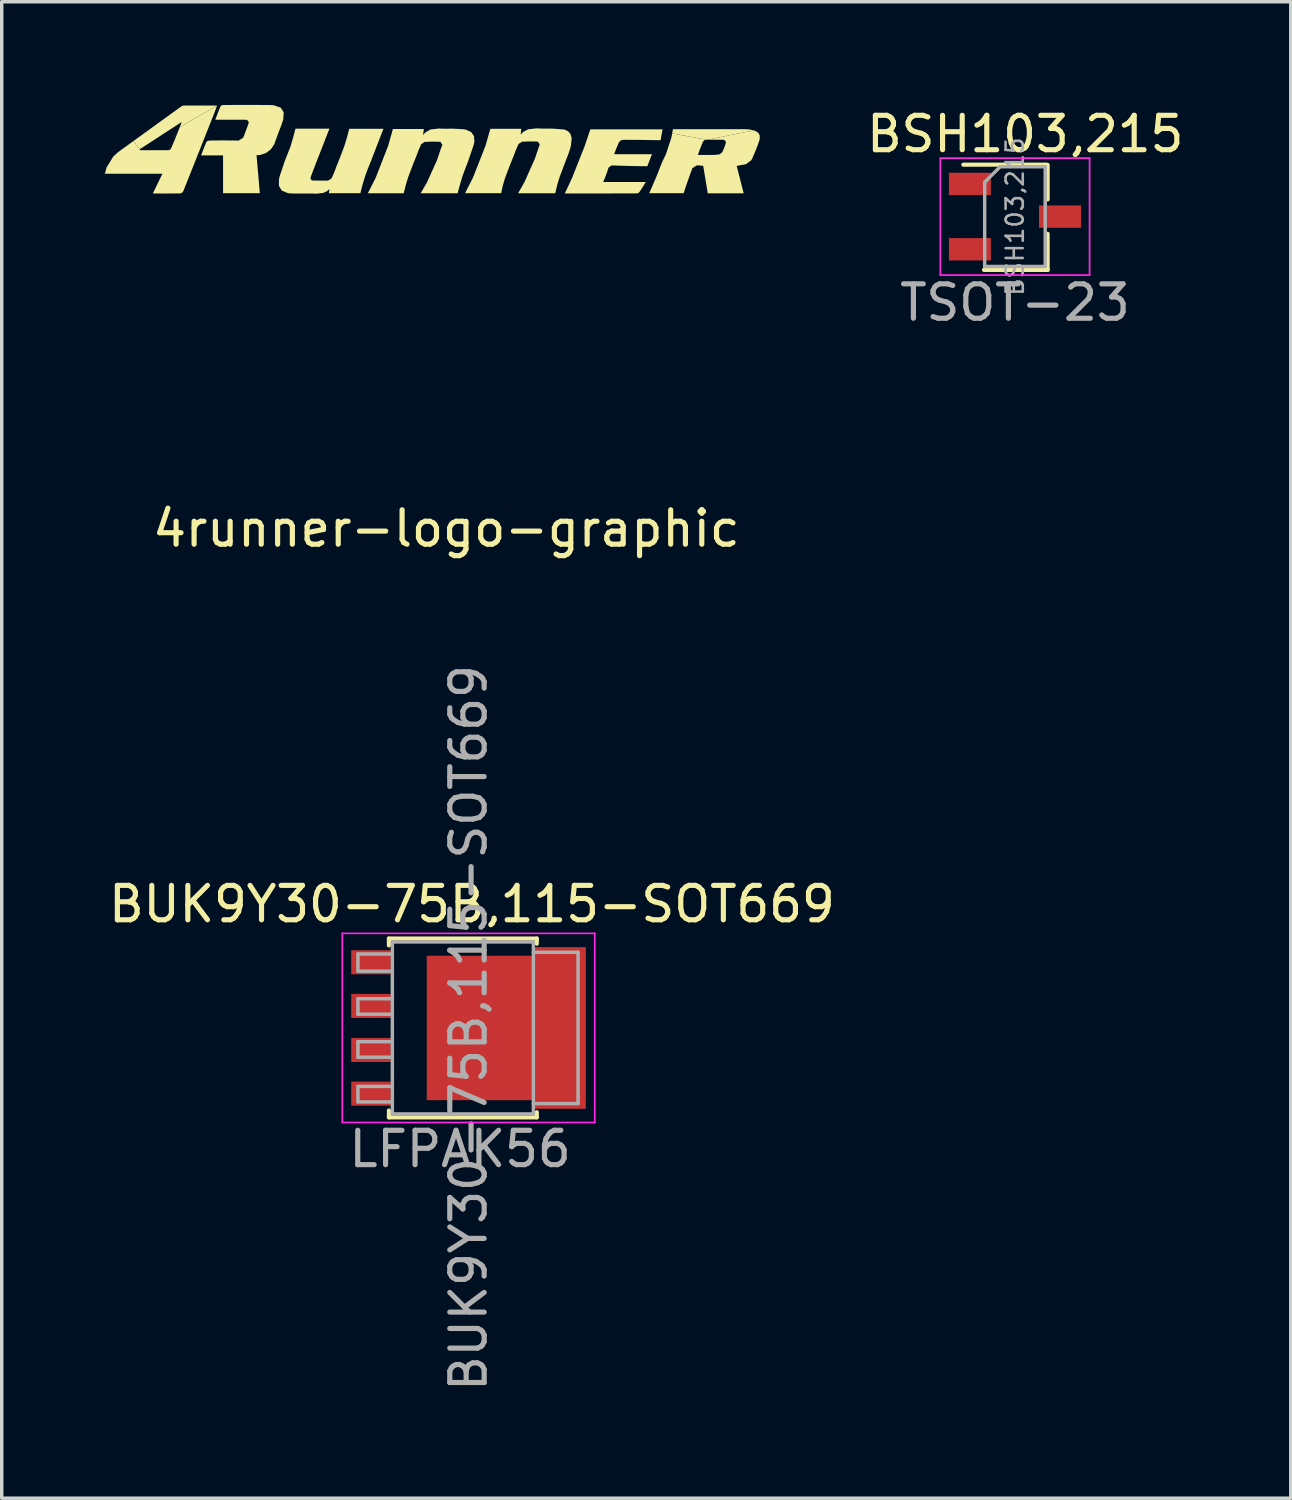
<source format=kicad_pcb>
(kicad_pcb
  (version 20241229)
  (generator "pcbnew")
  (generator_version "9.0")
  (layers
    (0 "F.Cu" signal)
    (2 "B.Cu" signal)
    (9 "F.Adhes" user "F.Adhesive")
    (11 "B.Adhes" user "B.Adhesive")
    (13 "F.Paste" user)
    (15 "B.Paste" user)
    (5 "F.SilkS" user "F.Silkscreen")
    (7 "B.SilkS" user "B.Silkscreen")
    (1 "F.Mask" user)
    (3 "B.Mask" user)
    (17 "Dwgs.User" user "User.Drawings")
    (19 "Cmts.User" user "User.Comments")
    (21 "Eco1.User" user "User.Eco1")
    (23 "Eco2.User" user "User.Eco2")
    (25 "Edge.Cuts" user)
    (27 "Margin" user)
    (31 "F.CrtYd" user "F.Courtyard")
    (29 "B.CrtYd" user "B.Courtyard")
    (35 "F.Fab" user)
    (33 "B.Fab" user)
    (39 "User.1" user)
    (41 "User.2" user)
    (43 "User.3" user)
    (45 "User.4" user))
  (footprint "BUK9Y30-75B,115-SOT669"
    (layer "F.Cu")
    (at 10.673 26.839)
    (property "Reference" "BUK9Y30-75B,115-SOT669" (at 0 -3.6 0) (layer "F.SilkS") (effects (font (size 1 1) (thickness 0.15))))
    (attr through_hole)
    (fp_line (start -2.415 -2.6) (end -2.415 -2.4) (stroke (width 0.12) (type solid)) (layer "F.SilkS"))
    (fp_line (start -2.415 2.4) (end -2.415 2.6) (stroke (width 0.12) (type solid)) (layer "F.SilkS"))
    (fp_line (start -2.415 2.6) (end 1.885 2.6) (stroke (width 0.12) (type solid)) (layer "F.SilkS"))
    (fp_line (start 1.885 -2.6) (end -2.415 -2.6) (stroke (width 0.12) (type solid)) (layer "F.SilkS"))
    (fp_line (start 1.885 -2.45) (end 1.885 -2.6) (stroke (width 0.12) (type solid)) (layer "F.SilkS"))
    (fp_line (start 1.885 2.6) (end 1.885 2.45) (stroke (width 0.12) (type solid)) (layer "F.SilkS"))
    (fp_line (start -3.77 2.75) (end -3.77 -2.75) (stroke (width 0.05) (type solid)) (layer "F.CrtYd"))
    (fp_line (start -3.77 2.75) (end 3.57 2.75) (stroke (width 0.05) (type solid)) (layer "F.CrtYd"))
    (fp_line (start 3.57 -2.75) (end -3.77 -2.75) (stroke (width 0.05) (type solid)) (layer "F.CrtYd"))
    (fp_line (start 3.57 -2.75) (end 3.57 2.75) (stroke (width 0.05) (type solid)) (layer "F.CrtYd"))
    (fp_line (start -3.315 -2.15) (end -3.315 -1.65) (stroke (width 0.1) (type solid)) (layer "F.Fab"))
    (fp_line (start -3.315 -2.15) (end -2.315 -2.15) (stroke (width 0.1) (type solid)) (layer "F.Fab"))
    (fp_line (start -3.315 -1.65) (end -2.315 -1.65) (stroke (width 0.1) (type solid)) (layer "F.Fab"))
    (fp_line (start -3.315 -0.85) (end -3.315 -0.4) (stroke (width 0.1) (type solid)) (layer "F.Fab"))
    (fp_line (start -3.315 -0.4) (end -2.315 -0.4) (stroke (width 0.1) (type solid)) (layer "F.Fab"))
    (fp_line (start -3.315 0.4) (end -3.315 0.85) (stroke (width 0.1) (type solid)) (layer "F.Fab"))
    (fp_line (start -3.315 0.85) (end -2.315 0.85) (stroke (width 0.1) (type solid)) (layer "F.Fab"))
    (fp_line (start -3.315 1.7) (end -3.315 2.15) (stroke (width 0.1) (type solid)) (layer "F.Fab"))
    (fp_line (start -3.315 2.15) (end -2.315 2.15) (stroke (width 0.1) (type solid)) (layer "F.Fab"))
    (fp_line (start -2.315 -2.5) (end -2.315 2.5) (stroke (width 0.1) (type solid)) (layer "F.Fab"))
    (fp_line (start -2.315 -0.85) (end -3.315 -0.85) (stroke (width 0.1) (type solid)) (layer "F.Fab"))
    (fp_line (start -2.315 0.4) (end -3.315 0.4) (stroke (width 0.1) (type solid)) (layer "F.Fab"))
    (fp_line (start -2.315 1.7) (end -3.315 1.7) (stroke (width 0.1) (type solid)) (layer "F.Fab"))
    (fp_line (start -2.315 2.5) (end 1.785 2.5) (stroke (width 0.1) (type solid)) (layer "F.Fab"))
    (fp_line (start 1.785 -2.5) (end -2.315 -2.5) (stroke (width 0.1) (type solid)) (layer "F.Fab"))
    (fp_line (start 1.785 2.5) (end 1.785 -2.5) (stroke (width 0.1) (type solid)) (layer "F.Fab"))
    (fp_line (start 3.085 -2.2) (end 1.785 -2.2) (stroke (width 0.1) (type solid)) (layer "F.Fab"))
    (fp_line (start 3.085 -2.2) (end 3.085 2.2) (stroke (width 0.1) (type solid)) (layer "F.Fab"))
    (fp_line (start 3.085 2.2) (end 1.785 2.2) (stroke (width 0.1) (type solid)) (layer "F.Fab"))
    (fp_text user "LFPAK56" (at -0.345 3.52 0) (layer "F.Fab") (effects (font (size 1 1) (thickness 0.15))))
    (fp_text user "${REFERENCE}" (at -0.1 0 90) (layer "F.Fab") (effects (font (size 1 1) (thickness 0.15))))
    (pad "" smd rect (at -0.765 -1.15) (size 0.6 0.9) (layers "F.Paste"))
    (pad "" smd rect (at -0.765 0) (size 0.6 0.9) (layers "F.Paste"))
    (pad "" smd rect (at -0.765 1.15) (size 0.6 0.9) (layers "F.Paste"))
    (pad "" smd rect (at 0.085 -1.15) (size 0.6 0.9) (layers "F.Paste"))
    (pad "" smd rect (at 0.085 0) (size 0.6 0.9) (layers "F.Paste"))
    (pad "" smd rect (at 0.085 1.15) (size 0.6 0.9) (layers "F.Paste"))
    (pad "" smd rect (at 0.935 -1.15) (size 0.6 0.9) (layers "F.Paste"))
    (pad "" smd rect (at 0.935 0) (size 0.6 0.9) (layers "F.Paste"))
    (pad "" smd rect (at 0.935 1.15) (size 0.6 0.9) (layers "F.Paste"))
    (pad "" smd rect (at 2.785 -1.88 270) (size 0.6 0.9) (layers "F.Paste"))
    (pad "" smd rect (at 2.785 -0.6 270) (size 0.6 0.9) (layers "F.Paste"))
    (pad "" smd rect (at 2.785 0.6 270) (size 0.6 0.9) (layers "F.Paste"))
    (pad "" smd rect (at 2.785 1.88 270) (size 0.6 0.9) (layers "F.Paste"))
    (pad "1" smd rect (at -2.935 1.91 270) (size 0.7 1.15) (layers "F.Cu" "F.Mask" "F.Paste"))
    (pad "2" smd rect (at -2.935 -1.91 270) (size 0.7 1.15) (layers "F.Cu" "F.Mask" "F.Paste"))
    (pad "2" smd rect (at -2.935 -0.64 270) (size 0.7 1.15) (layers "F.Cu" "F.Mask" "F.Paste"))
    (pad "2" smd rect (at -2.935 0.64 270) (size 0.7 1.15) (layers "F.Cu" "F.Mask" "F.Paste"))
    (pad "3" smd custom (at 0.335 0) (size 3.3 4.2) (layers "F.Cu" "F.Mask") (options (anchor rect)) (primitives (gr_poly (pts (xy 1.425 -2.35) (xy 2.975 -2.35) (xy 2.975 2.35) (xy 1.425 2.35)) (width 0) (fill yes)))))
  (footprint "4runner-logo-graphic"
    (layer "F.Cu")
    (at 9.927 2.318)
    (property "Reference" "4runner-logo-graphic" (at 0 10 0) (layer "F.SilkS") (effects (font (size 1 1) (thickness 0.15))))
    (attr through_hole)
    (fp_poly (pts (xy -7.75 -1.671) (xy -7.693 -1.822) (xy -8.913 -1.03) (xy -9.101 -1.265) (xy -7.731 -2.256) (xy -7.685 -2.287) (xy -7.631 -2.299) (xy -6.667 -2.299)) (stroke (width 0) (type solid)) (fill yes) (layer "F.SilkS"))
    (fp_poly (pts (xy 8.787 -1.607) (xy 8.905 -1.586) (xy 8.939 -1.577) (xy 7.591 -1.306) (xy 7.558 -1.306) (xy 6.567 -1.489) (xy 6.59 -1.612) (xy 8.668 -1.612)) (stroke (width 0) (type solid)) (fill yes) (layer "F.SilkS"))
    (fp_poly (pts (xy -6.713 -2.169) (xy -6.756 -2.055) (xy -7.198 -0.939) (xy -7.641 0.175) (xy -7.677 0.232) (xy -7.728 0.255) (xy -8.136 0.259) (xy -8.532 0.257) (xy -8.255 -0.317) (xy -9.927 -0.317) (xy -9.878 -0.498) (xy -9.685 -0.815) (xy -9.547 -0.942) (xy -9.101 -1.265) (xy -8.913 -1.03) (xy -8.906 -1.001) (xy -8.068 -1.001) (xy -8.023 -1.025) (xy -7.991 -1.081) (xy -7.893 -1.312) (xy -7.799 -1.546) (xy -7.751 -1.669) (xy -7.75 -1.671) (xy -6.667 -2.299)) (stroke (width 0) (type solid)) (fill yes) (layer "F.SilkS"))
    (fp_poly (pts (xy 6.231 -1.291) (xy 5.672 -1.3) (xy 5.131 -1.303) (xy 5.062 -1.281) (xy 5.017 -1.224) (xy 4.945 -1.058) (xy 4.88 -0.884) (xy 5.98 -0.884) (xy 5.844 -0.534) (xy 5.352 -0.541) (xy 4.877 -0.556) (xy 4.815 -0.559) (xy 4.76 -0.531) (xy 4.715 -0.489) (xy 4.697 -0.43) (xy 4.635 -0.254) (xy 4.562 -0.076) (xy 5.801 -0.076) (xy 5.712 0.068) (xy 5.616 0.214) (xy 5.581 0.246) (xy 5.535 0.255) (xy 4.486 0.257) (xy 3.446 0.257) (xy 3.658 -0.198) (xy 4.028 -1.131) (xy 4.187 -1.607) (xy 6.287 -1.607)) (stroke (width 0) (type solid)) (fill yes) (layer "F.SilkS"))
    (fp_poly (pts (xy -5.171 -2.315) (xy -5.019 -2.308) (xy -4.817 -2.24) (xy -4.728 -2.104) (xy -4.741 -1.892) (xy -4.787 -1.752) (xy -4.879 -1.512) (xy -4.969 -1.27) (xy -4.998 -1.179) (xy -5.101 -1.026) (xy -5.247 -0.916) (xy -5.423 -0.86) (xy -5.518 -0.857) (xy -5.422 0.25) (xy -6.491 0.25) (xy -6.491 -0.85) (xy -7.13 -0.85) (xy -7.053 -1.054) (xy -6.977 -1.237) (xy -6.939 -1.272) (xy -6.877 -1.282) (xy -6.501 -1.286) (xy -6.121 -1.282) (xy -6.037 -1.28) (xy -5.904 -1.367) (xy -5.873 -1.445) (xy -5.823 -1.581) (xy -5.773 -1.715) (xy -5.741 -1.81) (xy -5.791 -1.883) (xy -5.889 -1.886) (xy -6.718 -1.886) (xy -6.641 -2.09) (xy -6.565 -2.278) (xy -6.529 -2.308) (xy -6.471 -2.315) (xy -5.821 -2.318)) (stroke (width 0) (type solid)) (fill yes) (layer "F.SilkS"))
    (fp_poly (pts (xy -0.057 -1.625) (xy 0.207 -1.627) (xy 0.471 -1.612) (xy 0.574 -1.597) (xy 0.724 -1.527) (xy 0.806 -1.409) (xy 0.817 -1.244) (xy 0.792 -1.142) (xy 0.64 -0.698) (xy 0.473 -0.256) (xy 0.4 -0.013) (xy 0.329 0.252) (xy -0.747 0.252) (xy -0.566 -0.057) (xy -0.271 -0.708) (xy -0.158 -1.048) (xy -0.113 -1.161) (xy -0.173 -1.245) (xy -0.295 -1.248) (xy -0.45 -1.249) (xy -0.634 -1.241) (xy -0.729 -1.177) (xy -0.804 -1.009) (xy -0.858 -0.864) (xy -0.988 -0.537) (xy -1.112 -0.208) (xy -1.178 0.011) (xy -1.239 0.252) (xy -2.282 0.252) (xy -2.054 -0.197) (xy -1.689 -1.133) (xy -1.553 -1.617) (xy -0.653 -1.617) (xy -0.676 -1.44) (xy -0.609 -1.518) (xy -0.462 -1.602) (xy -0.222 -1.631)) (stroke (width 0) (type solid)) (fill yes) (layer "F.SilkS"))
    (fp_poly (pts (xy -3.665 -0.942) (xy -3.798 -0.604) (xy -3.927 -0.263) (xy -3.953 -0.185) (xy -3.909 -0.121) (xy -3.827 -0.119) (xy -3.645 -0.117) (xy -3.436 -0.118) (xy -3.335 -0.182) (xy -3.254 -0.369) (xy -3.191 -0.537) (xy -3.074 -0.831) (xy -2.965 -1.122) (xy -2.891 -1.365) (xy -2.823 -1.622) (xy -1.829 -1.622) (xy -2.198 -0.666) (xy -2.288 -0.445) (xy -2.369 -0.221) (xy -2.436 0.004) (xy -2.499 0.25) (xy -3.414 0.25) (xy -3.397 0.124) (xy -3.452 0.18) (xy -3.574 0.241) (xy -3.773 0.263) (xy -3.911 0.259) (xy -4.182 0.259) (xy -4.453 0.259) (xy -4.598 0.251) (xy -4.785 0.174) (xy -4.866 0.038) (xy -4.867 -0.145) (xy -4.842 -0.252) (xy -4.699 -0.679) (xy -4.534 -1.1) (xy -4.458 -1.355) (xy -4.386 -1.626) (xy -3.399 -1.626)) (stroke (width 0) (type solid)) (fill yes) (layer "F.SilkS"))
    (fp_poly (pts (xy 2.789 -1.629) (xy 3.079 -1.629) (xy 3.367 -1.607) (xy 3.427 -1.604) (xy 3.534 -1.556) (xy 3.576 -1.514) (xy 3.612 -1.467) (xy 3.645 -1.354) (xy 3.64 -1.295) (xy 3.622 -1.121) (xy 3.572 -0.953) (xy 3.432 -0.584) (xy 3.292 -0.214) (xy 3.224 0.01) (xy 3.167 0.252) (xy 2.087 0.252) (xy 2.272 -0.073) (xy 2.576 -0.754) (xy 2.695 -1.108) (xy 2.716 -1.172) (xy 2.665 -1.247) (xy 2.595 -1.253) (xy 2.57 -1.253) (xy 2.403 -1.255) (xy 2.204 -1.248) (xy 2.102 -1.183) (xy 2.023 -1.007) (xy 1.965 -0.853) (xy 1.83 -0.515) (xy 1.702 -0.175) (xy 1.643 0.028) (xy 1.595 0.249) (xy 0.545 0.249) (xy 0.774 -0.2) (xy 1.142 -1.137) (xy 1.28 -1.622) (xy 2.18 -1.622) (xy 2.162 -1.454) (xy 2.229 -1.528) (xy 2.379 -1.609) (xy 2.623 -1.636)) (stroke (width 0) (type solid)) (fill yes) (layer "F.SilkS"))
    (fp_poly (pts (xy 8.971 -1.568) (xy 9.064 -1.514) (xy 9.112 -1.435) (xy 9.114 -1.329) (xy 9.096 -1.264) (xy 9.01 -1.028) (xy 8.912 -0.796) (xy 8.867 -0.707) (xy 8.71 -0.592) (xy 8.612 -0.575) (xy 8.532 -0.561) (xy 8.443 -0.543) (xy 8.647 0.254) (xy 7.602 0.254) (xy 7.472 -0.536) (xy 7.449 -0.549) (xy 7.289 -0.562) (xy 7.157 -0.481) (xy 7.101 -0.332) (xy 7.001 -0.051) (xy 6.901 0.249) (xy 5.901 0.249) (xy 6.096 -0.201) (xy 6.279 -0.664) (xy 6.388 -0.89) (xy 6.544 -1.365) (xy 6.567 -1.489) (xy 7.558 -1.306) (xy 7.498 -1.287) (xy 7.458 -1.238) (xy 7.388 -1.064) (xy 7.313 -0.864) (xy 7.795 -0.864) (xy 7.938 -0.878) (xy 8.019 -0.936) (xy 8.079 -1.067) (xy 8.115 -1.173) (xy 8.132 -1.24) (xy 8.085 -1.302) (xy 8.023 -1.306) (xy 7.591 -1.306) (xy 8.939 -1.577)) (stroke (width 0) (type solid)) (fill yes) (layer "F.SilkS")))
  (footprint "BSH103,215"
    (layer "F.Cu")
    (at 26.461 3.248)
    (property "Reference" "BSH103,215" (at 0.3 -2.4 0) (layer "F.SilkS") (effects (font (size 1 1) (thickness 0.15))))
    (attr through_hole)
    (fp_line (start 0.93 -1.51) (end -1.5 -1.51) (stroke (width 0.12) (type solid)) (layer "F.SilkS"))
    (fp_line (start 0.95 -1.5) (end 0.95 -0.5) (stroke (width 0.12) (type solid)) (layer "F.SilkS"))
    (fp_line (start 0.95 0.5) (end 0.95 1.55) (stroke (width 0.12) (type solid)) (layer "F.SilkS"))
    (fp_line (start 0.95 1.55) (end -0.9 1.55) (stroke (width 0.12) (type solid)) (layer "F.SilkS"))
    (fp_line (start -2.17 -1.7) (end -2.17 1.7) (stroke (width 0.05) (type solid)) (layer "F.CrtYd"))
    (fp_line (start -2.17 -1.7) (end 2.17 -1.7) (stroke (width 0.05) (type solid)) (layer "F.CrtYd"))
    (fp_line (start 2.17 1.7) (end -2.17 1.7) (stroke (width 0.05) (type solid)) (layer "F.CrtYd"))
    (fp_line (start 2.17 1.7) (end 2.17 -1.7) (stroke (width 0.05) (type solid)) (layer "F.CrtYd"))
    (fp_line (start -0.88 -1) (end -0.88 1.45) (stroke (width 0.1) (type solid)) (layer "F.Fab"))
    (fp_line (start -0.88 -1) (end -0.43 -1.45) (stroke (width 0.1) (type solid)) (layer "F.Fab"))
    (fp_line (start 0.88 -1.45) (end -0.43 -1.45) (stroke (width 0.1) (type solid)) (layer "F.Fab"))
    (fp_line (start 0.88 -1.45) (end 0.88 1.45) (stroke (width 0.1) (type solid)) (layer "F.Fab"))
    (fp_line (start 0.88 1.45) (end -0.88 1.45) (stroke (width 0.1) (type solid)) (layer "F.Fab"))
    (fp_text user "TSOT-23" (at 0 2.5 0) (layer "F.Fab") (effects (font (size 1 1) (thickness 0.15))))
    (fp_text user "${REFERENCE}" (at 0 0 90) (layer "F.Fab") (effects (font (size 0.5 0.5) (thickness 0.075))))
    (pad "1" smd rect (at -1.31 -0.95) (size 1.22 0.65) (layers "F.Cu" "F.Mask" "F.Paste"))
    (pad "2" smd rect (at -1.31 0.95) (size 1.22 0.65) (layers "F.Cu" "F.Mask" "F.Paste"))
    (pad "3" smd rect (at 1.31 0) (size 1.22 0.65) (layers "F.Cu" "F.Mask" "F.Paste")))
  (gr_rect
    (start -3 -3)
    (end 34.481 40.512)
    (stroke (width 0.1) (type default))
    (fill no)
    (layer "Edge.Cuts")))
</source>
